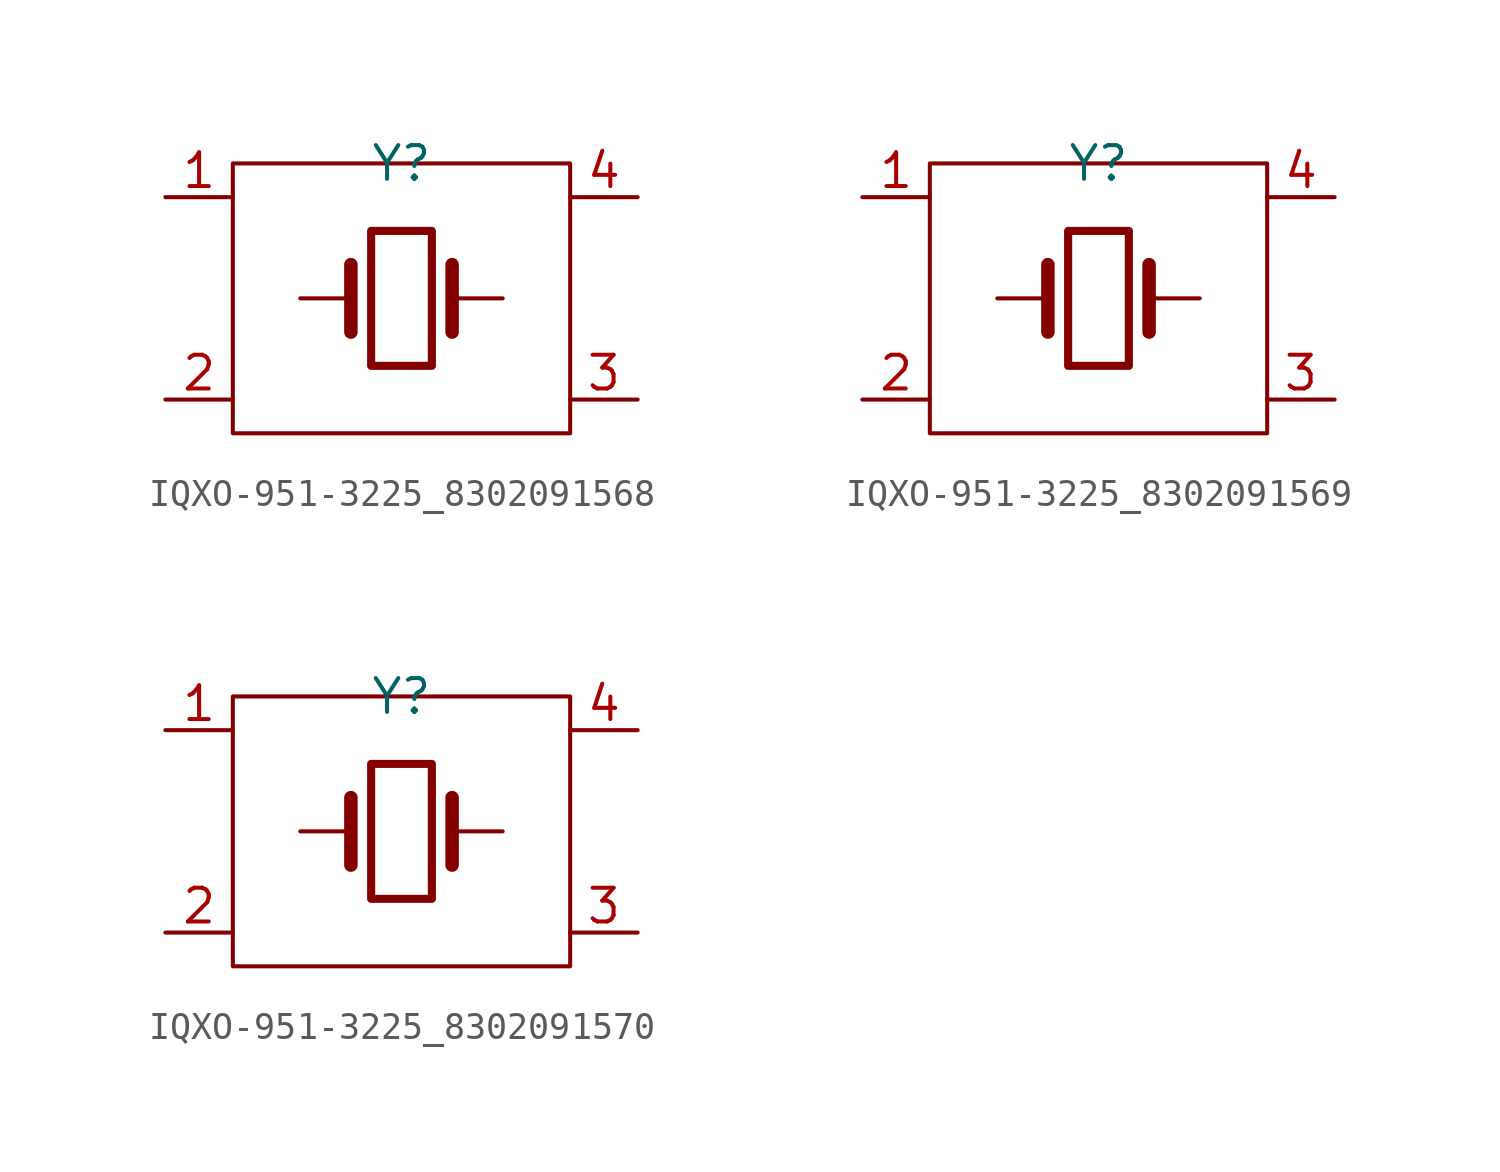
<source format=kicad_sym>
(kicad_symbol_lib
  (version 20220914)
  (generator kicad_symbol_editor)
  (symbol "IQXO-951-3225_8302091568"
    (pin_names hide)
    (property "Reference" "Y"
      (at 0 5.08 0)
      (effects (font (size 1.27 1.27))))
    (property "Critical Parameter" ""
      (at 0 -5.08 0)
      (effects (font (size 1.27 1.27)) (justify left)))
    (symbol "IQXO-951-3225_8302091568_0_1"
      (rectangle (start -6.35 5.08) (end 6.35 -5.08) (stroke (width 0) (type default)) (fill (type none)))
      (rectangle (start -1.143 2.54) (end 1.143 -2.54) (stroke (width 0.305) (type default)) (fill (type none)))
      (polyline (pts (xy -3.81 0) (xy -1.905 0)) (stroke (width 0) (type default)) (fill (type none)))
      (polyline (pts (xy -1.905 -1.27) (xy -1.905 1.27)) (stroke (width 0.508) (type default)) (fill (type none)))
      (polyline (pts (xy 1.905 -1.27) (xy 1.905 1.27)) (stroke (width 0.508) (type default)) (fill (type none)))
      (polyline (pts (xy 3.81 0) (xy 1.905 0)) (stroke (width 0) (type default)) (fill (type none))))
    (symbol "IQXO-951-3225_8302091568_1_1"
      (pin passive line (at -8.89 3.81 0) (length 2.54) (name "SO" (effects (font (size 1.27 1.27)))) (number "1" (effects (font (size 1.27 1.27)))))
      (pin passive line (at -8.89 -3.81 0) (length 2.54) (name "GND" (effects (font (size 1.27 1.27)))) (number "2" (effects (font (size 1.27 1.27)))))
      (pin passive line (at 8.89 -3.81 180) (length 2.54) (name "OUT" (effects (font (size 1.27 1.27)))) (number "3" (effects (font (size 1.27 1.27)))))
      (pin passive line (at 8.89 3.81 180) (length 2.54) (name "+VS" (effects (font (size 1.27 1.27)))) (number "4" (effects (font (size 1.27 1.27)))))))
  (symbol "IQXO-951-3225_8302091569"
    (pin_names hide)
    (property "Reference" "Y"
      (at 0 5.08 0)
      (effects (font (size 1.27 1.27))))
    (property "Critical Parameter" ""
      (at 0 -5.08 0)
      (effects (font (size 1.27 1.27)) (justify left)))
    (symbol "IQXO-951-3225_8302091569_0_1"
      (rectangle (start -6.35 5.08) (end 6.35 -5.08) (stroke (width 0) (type default)) (fill (type none)))
      (rectangle (start -1.143 2.54) (end 1.143 -2.54) (stroke (width 0.305) (type default)) (fill (type none)))
      (polyline (pts (xy -3.81 0) (xy -1.905 0)) (stroke (width 0) (type default)) (fill (type none)))
      (polyline (pts (xy -1.905 -1.27) (xy -1.905 1.27)) (stroke (width 0.508) (type default)) (fill (type none)))
      (polyline (pts (xy 1.905 -1.27) (xy 1.905 1.27)) (stroke (width 0.508) (type default)) (fill (type none)))
      (polyline (pts (xy 3.81 0) (xy 1.905 0)) (stroke (width 0) (type default)) (fill (type none))))
    (symbol "IQXO-951-3225_8302091569_1_1"
      (pin passive line (at -8.89 3.81 0) (length 2.54) (name "SO" (effects (font (size 1.27 1.27)))) (number "1" (effects (font (size 1.27 1.27)))))
      (pin passive line (at -8.89 -3.81 0) (length 2.54) (name "GND" (effects (font (size 1.27 1.27)))) (number "2" (effects (font (size 1.27 1.27)))))
      (pin passive line (at 8.89 -3.81 180) (length 2.54) (name "OUT" (effects (font (size 1.27 1.27)))) (number "3" (effects (font (size 1.27 1.27)))))
      (pin passive line (at 8.89 3.81 180) (length 2.54) (name "+VS" (effects (font (size 1.27 1.27)))) (number "4" (effects (font (size 1.27 1.27)))))))
  (symbol "IQXO-951-3225_8302091570"
    (pin_names hide)
    (property "Reference" "Y"
      (at 0 5.08 0)
      (effects (font (size 1.27 1.27))))
    (property "Critical Parameter" ""
      (at 0 -5.08 0)
      (effects (font (size 1.27 1.27)) (justify left)))
    (symbol "IQXO-951-3225_8302091570_0_1"
      (rectangle (start -6.35 5.08) (end 6.35 -5.08) (stroke (width 0) (type default)) (fill (type none)))
      (rectangle (start -1.143 2.54) (end 1.143 -2.54) (stroke (width 0.305) (type default)) (fill (type none)))
      (polyline (pts (xy -3.81 0) (xy -1.905 0)) (stroke (width 0) (type default)) (fill (type none)))
      (polyline (pts (xy -1.905 -1.27) (xy -1.905 1.27)) (stroke (width 0.508) (type default)) (fill (type none)))
      (polyline (pts (xy 1.905 -1.27) (xy 1.905 1.27)) (stroke (width 0.508) (type default)) (fill (type none)))
      (polyline (pts (xy 3.81 0) (xy 1.905 0)) (stroke (width 0) (type default)) (fill (type none))))
    (symbol "IQXO-951-3225_8302091570_1_1"
      (pin passive line (at -8.89 3.81 0) (length 2.54) (name "SO" (effects (font (size 1.27 1.27)))) (number "1" (effects (font (size 1.27 1.27)))))
      (pin passive line (at -8.89 -3.81 0) (length 2.54) (name "GND" (effects (font (size 1.27 1.27)))) (number "2" (effects (font (size 1.27 1.27)))))
      (pin passive line (at 8.89 -3.81 180) (length 2.54) (name "OUT" (effects (font (size 1.27 1.27)))) (number "3" (effects (font (size 1.27 1.27)))))
      (pin passive line (at 8.89 3.81 180) (length 2.54) (name "+VS" (effects (font (size 1.27 1.27)))) (number "4" (effects (font (size 1.27 1.27))))))))
</source>
